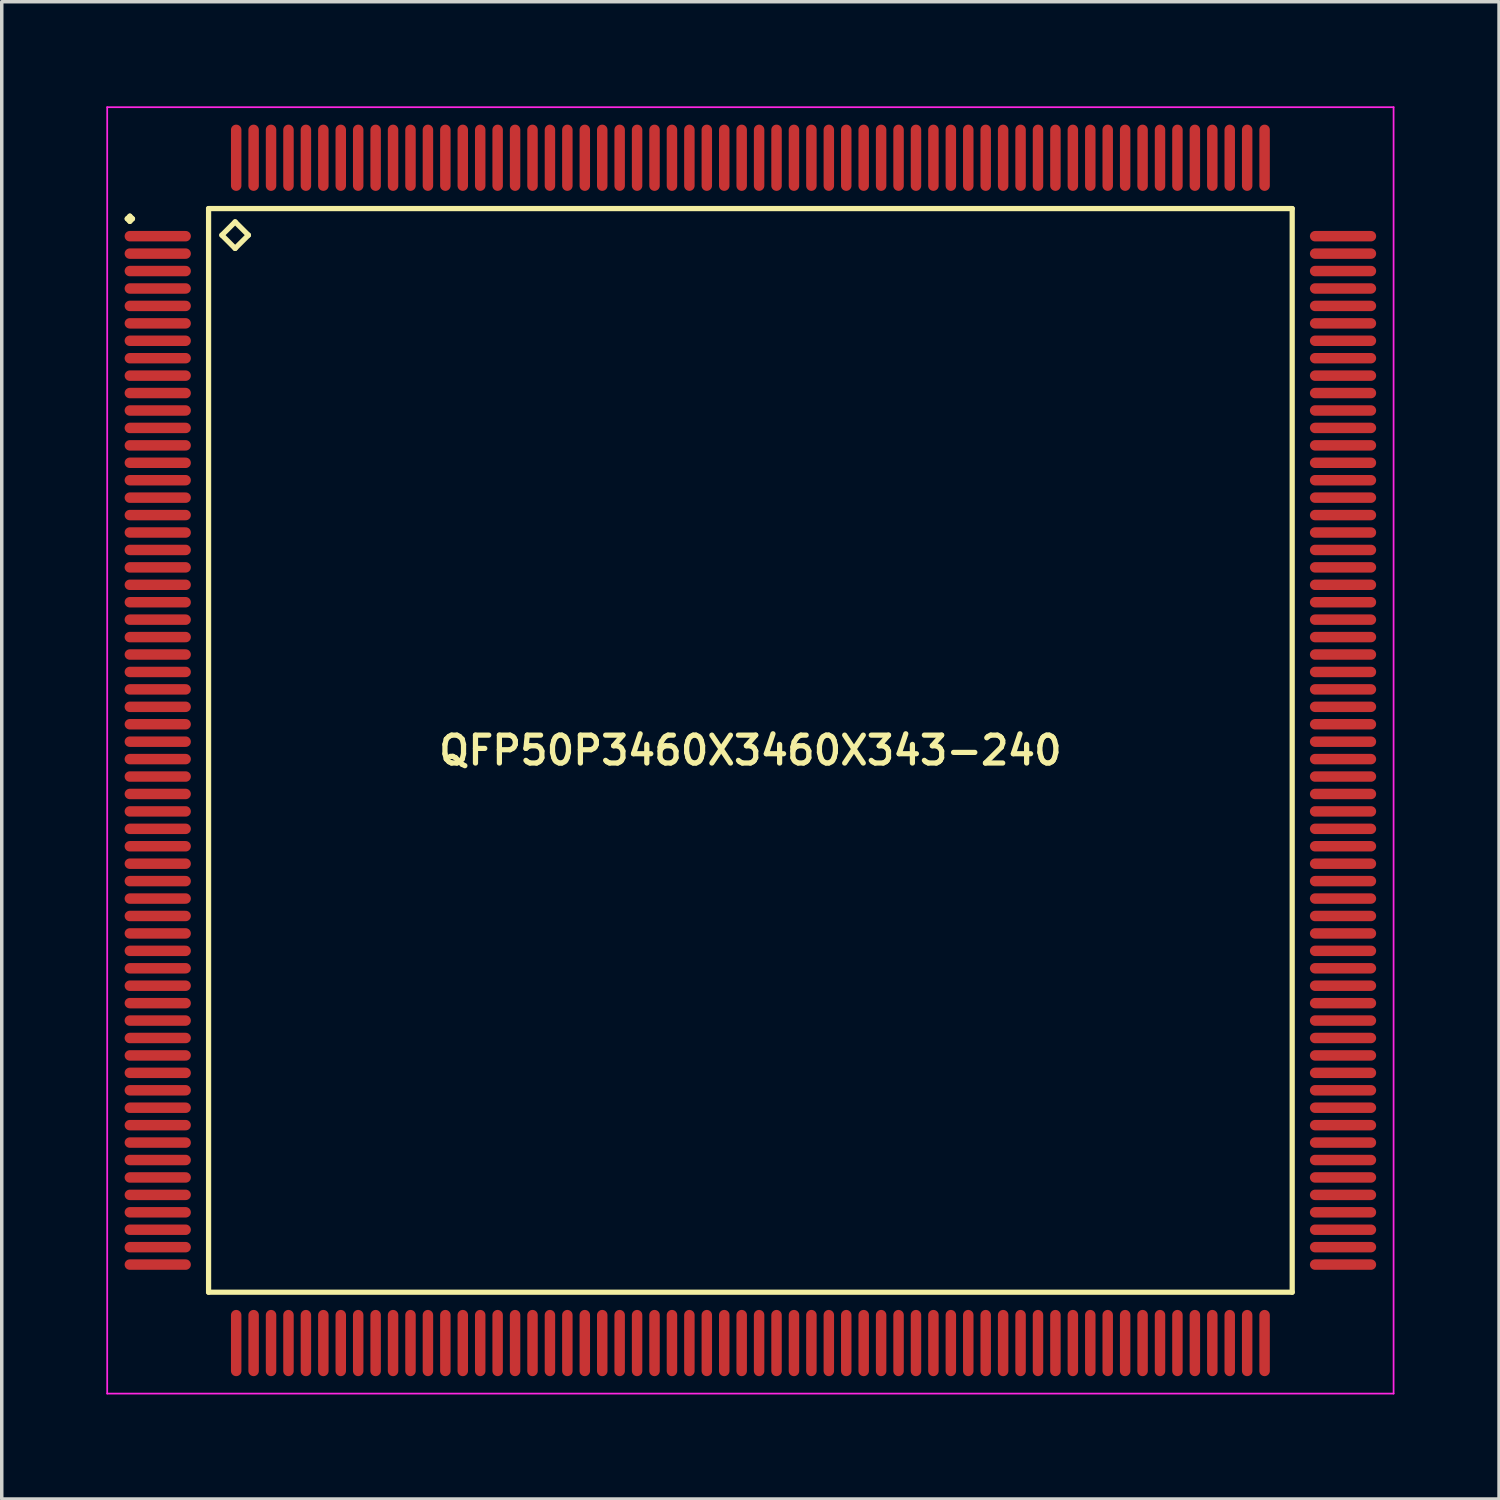
<source format=kicad_pcb>
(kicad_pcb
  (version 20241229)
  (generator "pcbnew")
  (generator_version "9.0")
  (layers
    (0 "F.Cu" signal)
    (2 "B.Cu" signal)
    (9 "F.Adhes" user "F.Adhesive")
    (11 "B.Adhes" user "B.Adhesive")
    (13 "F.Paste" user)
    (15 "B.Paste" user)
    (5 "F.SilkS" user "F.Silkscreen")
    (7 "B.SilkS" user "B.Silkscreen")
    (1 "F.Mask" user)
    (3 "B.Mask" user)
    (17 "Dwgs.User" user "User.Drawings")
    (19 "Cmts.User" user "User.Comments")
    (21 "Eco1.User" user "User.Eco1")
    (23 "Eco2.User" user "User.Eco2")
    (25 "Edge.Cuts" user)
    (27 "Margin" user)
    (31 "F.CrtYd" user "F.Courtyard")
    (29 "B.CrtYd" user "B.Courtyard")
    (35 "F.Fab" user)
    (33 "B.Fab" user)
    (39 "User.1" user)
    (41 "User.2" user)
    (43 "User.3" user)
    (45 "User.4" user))
  (footprint "QFP50P3460X3460X343-240"
    (layer "F.Cu")
    (at 18.475 18.475)
    (property "Reference" "QFP50P3460X3460X343-240" (at 0 0 0) (layer "F.SilkS") (effects (font (size 0.8 0.8) (thickness 0.15))))
    (attr smd)
    (fp_line (start -17.875 -15.25) (end -17.8 -15.325) (stroke (width 0.15) (type solid)) (layer "F.SilkS"))
    (fp_line (start -17.8 -15.325) (end -17.725 -15.25) (stroke (width 0.15) (type solid)) (layer "F.SilkS"))
    (fp_line (start -17.8 -15.175) (end -17.875 -15.25) (stroke (width 0.15) (type solid)) (layer "F.SilkS"))
    (fp_line (start -17.725 -15.25) (end -17.8 -15.175) (stroke (width 0.15) (type solid)) (layer "F.SilkS"))
    (fp_line (start -15.542 -15.542) (end -15.542 15.542) (stroke (width 0.15) (type solid)) (layer "F.SilkS"))
    (fp_line (start -15.542 15.542) (end 15.542 15.542) (stroke (width 0.15) (type solid)) (layer "F.SilkS"))
    (fp_line (start -15.161 -14.78) (end -14.78 -15.161) (stroke (width 0.15) (type solid)) (layer "F.SilkS"))
    (fp_line (start -14.78 -15.161) (end -14.399 -14.78) (stroke (width 0.15) (type solid)) (layer "F.SilkS"))
    (fp_line (start -14.78 -14.399) (end -15.161 -14.78) (stroke (width 0.15) (type solid)) (layer "F.SilkS"))
    (fp_line (start -14.399 -14.78) (end -14.78 -14.399) (stroke (width 0.15) (type solid)) (layer "F.SilkS"))
    (fp_line (start 15.542 -15.542) (end -15.542 -15.542) (stroke (width 0.15) (type solid)) (layer "F.SilkS"))
    (fp_line (start 15.542 15.542) (end 15.542 -15.542) (stroke (width 0.15) (type solid)) (layer "F.SilkS"))
    (fp_line (start -18.45 -18.45) (end 18.45 -18.45) (stroke (width 0.05) (type solid)) (layer "F.CrtYd"))
    (fp_line (start -18.45 18.45) (end -18.45 -18.45) (stroke (width 0.05) (type solid)) (layer "F.CrtYd"))
    (fp_line (start 18.45 -18.45) (end 18.45 18.45) (stroke (width 0.05) (type solid)) (layer "F.CrtYd"))
    (fp_line (start 18.45 18.45) (end -18.45 18.45) (stroke (width 0.05) (type solid)) (layer "F.CrtYd"))
    (pad "1" smd oval (at -17 -14.75) (size 1.9 0.3) (layers "F.Cu" "F.Mask" "F.Paste"))
    (pad "2" smd oval (at -17 -14.25) (size 1.9 0.3) (layers "F.Cu" "F.Mask" "F.Paste"))
    (pad "3" smd oval (at -17 -13.75) (size 1.9 0.3) (layers "F.Cu" "F.Mask" "F.Paste"))
    (pad "4" smd oval (at -17 -13.25) (size 1.9 0.3) (layers "F.Cu" "F.Mask" "F.Paste"))
    (pad "5" smd oval (at -17 -12.75) (size 1.9 0.3) (layers "F.Cu" "F.Mask" "F.Paste"))
    (pad "6" smd oval (at -17 -12.25) (size 1.9 0.3) (layers "F.Cu" "F.Mask" "F.Paste"))
    (pad "7" smd oval (at -17 -11.75) (size 1.9 0.3) (layers "F.Cu" "F.Mask" "F.Paste"))
    (pad "8" smd oval (at -17 -11.25) (size 1.9 0.3) (layers "F.Cu" "F.Mask" "F.Paste"))
    (pad "9" smd oval (at -17 -10.75) (size 1.9 0.3) (layers "F.Cu" "F.Mask" "F.Paste"))
    (pad "10" smd oval (at -17 -10.25) (size 1.9 0.3) (layers "F.Cu" "F.Mask" "F.Paste"))
    (pad "11" smd oval (at -17 -9.75) (size 1.9 0.3) (layers "F.Cu" "F.Mask" "F.Paste"))
    (pad "12" smd oval (at -17 -9.25) (size 1.9 0.3) (layers "F.Cu" "F.Mask" "F.Paste"))
    (pad "13" smd oval (at -17 -8.75) (size 1.9 0.3) (layers "F.Cu" "F.Mask" "F.Paste"))
    (pad "14" smd oval (at -17 -8.25) (size 1.9 0.3) (layers "F.Cu" "F.Mask" "F.Paste"))
    (pad "15" smd oval (at -17 -7.75) (size 1.9 0.3) (layers "F.Cu" "F.Mask" "F.Paste"))
    (pad "16" smd oval (at -17 -7.25) (size 1.9 0.3) (layers "F.Cu" "F.Mask" "F.Paste"))
    (pad "17" smd oval (at -17 -6.75) (size 1.9 0.3) (layers "F.Cu" "F.Mask" "F.Paste"))
    (pad "18" smd oval (at -17 -6.25) (size 1.9 0.3) (layers "F.Cu" "F.Mask" "F.Paste"))
    (pad "19" smd oval (at -17 -5.75) (size 1.9 0.3) (layers "F.Cu" "F.Mask" "F.Paste"))
    (pad "20" smd oval (at -17 -5.25) (size 1.9 0.3) (layers "F.Cu" "F.Mask" "F.Paste"))
    (pad "21" smd oval (at -17 -4.75) (size 1.9 0.3) (layers "F.Cu" "F.Mask" "F.Paste"))
    (pad "22" smd oval (at -17 -4.25) (size 1.9 0.3) (layers "F.Cu" "F.Mask" "F.Paste"))
    (pad "23" smd oval (at -17 -3.75) (size 1.9 0.3) (layers "F.Cu" "F.Mask" "F.Paste"))
    (pad "24" smd oval (at -17 -3.25) (size 1.9 0.3) (layers "F.Cu" "F.Mask" "F.Paste"))
    (pad "25" smd oval (at -17 -2.75) (size 1.9 0.3) (layers "F.Cu" "F.Mask" "F.Paste"))
    (pad "26" smd oval (at -17 -2.25) (size 1.9 0.3) (layers "F.Cu" "F.Mask" "F.Paste"))
    (pad "27" smd oval (at -17 -1.75) (size 1.9 0.3) (layers "F.Cu" "F.Mask" "F.Paste"))
    (pad "28" smd oval (at -17 -1.25) (size 1.9 0.3) (layers "F.Cu" "F.Mask" "F.Paste"))
    (pad "29" smd oval (at -17 -0.75) (size 1.9 0.3) (layers "F.Cu" "F.Mask" "F.Paste"))
    (pad "30" smd oval (at -17 -0.25) (size 1.9 0.3) (layers "F.Cu" "F.Mask" "F.Paste"))
    (pad "31" smd oval (at -17 0.25) (size 1.9 0.3) (layers "F.Cu" "F.Mask" "F.Paste"))
    (pad "32" smd oval (at -17 0.75) (size 1.9 0.3) (layers "F.Cu" "F.Mask" "F.Paste"))
    (pad "33" smd oval (at -17 1.25) (size 1.9 0.3) (layers "F.Cu" "F.Mask" "F.Paste"))
    (pad "34" smd oval (at -17 1.75) (size 1.9 0.3) (layers "F.Cu" "F.Mask" "F.Paste"))
    (pad "35" smd oval (at -17 2.25) (size 1.9 0.3) (layers "F.Cu" "F.Mask" "F.Paste"))
    (pad "36" smd oval (at -17 2.75) (size 1.9 0.3) (layers "F.Cu" "F.Mask" "F.Paste"))
    (pad "37" smd oval (at -17 3.25) (size 1.9 0.3) (layers "F.Cu" "F.Mask" "F.Paste"))
    (pad "38" smd oval (at -17 3.75) (size 1.9 0.3) (layers "F.Cu" "F.Mask" "F.Paste"))
    (pad "39" smd oval (at -17 4.25) (size 1.9 0.3) (layers "F.Cu" "F.Mask" "F.Paste"))
    (pad "40" smd oval (at -17 4.75) (size 1.9 0.3) (layers "F.Cu" "F.Mask" "F.Paste"))
    (pad "41" smd oval (at -17 5.25) (size 1.9 0.3) (layers "F.Cu" "F.Mask" "F.Paste"))
    (pad "42" smd oval (at -17 5.75) (size 1.9 0.3) (layers "F.Cu" "F.Mask" "F.Paste"))
    (pad "43" smd oval (at -17 6.25) (size 1.9 0.3) (layers "F.Cu" "F.Mask" "F.Paste"))
    (pad "44" smd oval (at -17 6.75) (size 1.9 0.3) (layers "F.Cu" "F.Mask" "F.Paste"))
    (pad "45" smd oval (at -17 7.25) (size 1.9 0.3) (layers "F.Cu" "F.Mask" "F.Paste"))
    (pad "46" smd oval (at -17 7.75) (size 1.9 0.3) (layers "F.Cu" "F.Mask" "F.Paste"))
    (pad "47" smd oval (at -17 8.25) (size 1.9 0.3) (layers "F.Cu" "F.Mask" "F.Paste"))
    (pad "48" smd oval (at -17 8.75) (size 1.9 0.3) (layers "F.Cu" "F.Mask" "F.Paste"))
    (pad "49" smd oval (at -17 9.25) (size 1.9 0.3) (layers "F.Cu" "F.Mask" "F.Paste"))
    (pad "50" smd oval (at -17 9.75) (size 1.9 0.3) (layers "F.Cu" "F.Mask" "F.Paste"))
    (pad "51" smd oval (at -17 10.25) (size 1.9 0.3) (layers "F.Cu" "F.Mask" "F.Paste"))
    (pad "52" smd oval (at -17 10.75) (size 1.9 0.3) (layers "F.Cu" "F.Mask" "F.Paste"))
    (pad "53" smd oval (at -17 11.25) (size 1.9 0.3) (layers "F.Cu" "F.Mask" "F.Paste"))
    (pad "54" smd oval (at -17 11.75) (size 1.9 0.3) (layers "F.Cu" "F.Mask" "F.Paste"))
    (pad "55" smd oval (at -17 12.25) (size 1.9 0.3) (layers "F.Cu" "F.Mask" "F.Paste"))
    (pad "56" smd oval (at -17 12.75) (size 1.9 0.3) (layers "F.Cu" "F.Mask" "F.Paste"))
    (pad "57" smd oval (at -17 13.25) (size 1.9 0.3) (layers "F.Cu" "F.Mask" "F.Paste"))
    (pad "58" smd oval (at -17 13.75) (size 1.9 0.3) (layers "F.Cu" "F.Mask" "F.Paste"))
    (pad "59" smd oval (at -17 14.25) (size 1.9 0.3) (layers "F.Cu" "F.Mask" "F.Paste"))
    (pad "60" smd oval (at -17 14.75) (size 1.9 0.3) (layers "F.Cu" "F.Mask" "F.Paste"))
    (pad "61" smd oval (at -14.75 17) (size 0.3 1.9) (layers "F.Cu" "F.Mask" "F.Paste"))
    (pad "62" smd oval (at -14.25 17) (size 0.3 1.9) (layers "F.Cu" "F.Mask" "F.Paste"))
    (pad "63" smd oval (at -13.75 17) (size 0.3 1.9) (layers "F.Cu" "F.Mask" "F.Paste"))
    (pad "64" smd oval (at -13.25 17) (size 0.3 1.9) (layers "F.Cu" "F.Mask" "F.Paste"))
    (pad "65" smd oval (at -12.75 17) (size 0.3 1.9) (layers "F.Cu" "F.Mask" "F.Paste"))
    (pad "66" smd oval (at -12.25 17) (size 0.3 1.9) (layers "F.Cu" "F.Mask" "F.Paste"))
    (pad "67" smd oval (at -11.75 17) (size 0.3 1.9) (layers "F.Cu" "F.Mask" "F.Paste"))
    (pad "68" smd oval (at -11.25 17) (size 0.3 1.9) (layers "F.Cu" "F.Mask" "F.Paste"))
    (pad "69" smd oval (at -10.75 17) (size 0.3 1.9) (layers "F.Cu" "F.Mask" "F.Paste"))
    (pad "70" smd oval (at -10.25 17) (size 0.3 1.9) (layers "F.Cu" "F.Mask" "F.Paste"))
    (pad "71" smd oval (at -9.75 17) (size 0.3 1.9) (layers "F.Cu" "F.Mask" "F.Paste"))
    (pad "72" smd oval (at -9.25 17) (size 0.3 1.9) (layers "F.Cu" "F.Mask" "F.Paste"))
    (pad "73" smd oval (at -8.75 17) (size 0.3 1.9) (layers "F.Cu" "F.Mask" "F.Paste"))
    (pad "74" smd oval (at -8.25 17) (size 0.3 1.9) (layers "F.Cu" "F.Mask" "F.Paste"))
    (pad "75" smd oval (at -7.75 17) (size 0.3 1.9) (layers "F.Cu" "F.Mask" "F.Paste"))
    (pad "76" smd oval (at -7.25 17) (size 0.3 1.9) (layers "F.Cu" "F.Mask" "F.Paste"))
    (pad "77" smd oval (at -6.75 17) (size 0.3 1.9) (layers "F.Cu" "F.Mask" "F.Paste"))
    (pad "78" smd oval (at -6.25 17) (size 0.3 1.9) (layers "F.Cu" "F.Mask" "F.Paste"))
    (pad "79" smd oval (at -5.75 17) (size 0.3 1.9) (layers "F.Cu" "F.Mask" "F.Paste"))
    (pad "80" smd oval (at -5.25 17) (size 0.3 1.9) (layers "F.Cu" "F.Mask" "F.Paste"))
    (pad "81" smd oval (at -4.75 17) (size 0.3 1.9) (layers "F.Cu" "F.Mask" "F.Paste"))
    (pad "82" smd oval (at -4.25 17) (size 0.3 1.9) (layers "F.Cu" "F.Mask" "F.Paste"))
    (pad "83" smd oval (at -3.75 17) (size 0.3 1.9) (layers "F.Cu" "F.Mask" "F.Paste"))
    (pad "84" smd oval (at -3.25 17) (size 0.3 1.9) (layers "F.Cu" "F.Mask" "F.Paste"))
    (pad "85" smd oval (at -2.75 17) (size 0.3 1.9) (layers "F.Cu" "F.Mask" "F.Paste"))
    (pad "86" smd oval (at -2.25 17) (size 0.3 1.9) (layers "F.Cu" "F.Mask" "F.Paste"))
    (pad "87" smd oval (at -1.75 17) (size 0.3 1.9) (layers "F.Cu" "F.Mask" "F.Paste"))
    (pad "88" smd oval (at -1.25 17) (size 0.3 1.9) (layers "F.Cu" "F.Mask" "F.Paste"))
    (pad "89" smd oval (at -0.75 17) (size 0.3 1.9) (layers "F.Cu" "F.Mask" "F.Paste"))
    (pad "90" smd oval (at -0.25 17) (size 0.3 1.9) (layers "F.Cu" "F.Mask" "F.Paste"))
    (pad "91" smd oval (at 0.25 17) (size 0.3 1.9) (layers "F.Cu" "F.Mask" "F.Paste"))
    (pad "92" smd oval (at 0.75 17) (size 0.3 1.9) (layers "F.Cu" "F.Mask" "F.Paste"))
    (pad "93" smd oval (at 1.25 17) (size 0.3 1.9) (layers "F.Cu" "F.Mask" "F.Paste"))
    (pad "94" smd oval (at 1.75 17) (size 0.3 1.9) (layers "F.Cu" "F.Mask" "F.Paste"))
    (pad "95" smd oval (at 2.25 17) (size 0.3 1.9) (layers "F.Cu" "F.Mask" "F.Paste"))
    (pad "96" smd oval (at 2.75 17) (size 0.3 1.9) (layers "F.Cu" "F.Mask" "F.Paste"))
    (pad "97" smd oval (at 3.25 17) (size 0.3 1.9) (layers "F.Cu" "F.Mask" "F.Paste"))
    (pad "98" smd oval (at 3.75 17) (size 0.3 1.9) (layers "F.Cu" "F.Mask" "F.Paste"))
    (pad "99" smd oval (at 4.25 17) (size 0.3 1.9) (layers "F.Cu" "F.Mask" "F.Paste"))
    (pad "100" smd oval (at 4.75 17) (size 0.3 1.9) (layers "F.Cu" "F.Mask" "F.Paste"))
    (pad "101" smd oval (at 5.25 17) (size 0.3 1.9) (layers "F.Cu" "F.Mask" "F.Paste"))
    (pad "102" smd oval (at 5.75 17) (size 0.3 1.9) (layers "F.Cu" "F.Mask" "F.Paste"))
    (pad "103" smd oval (at 6.25 17) (size 0.3 1.9) (layers "F.Cu" "F.Mask" "F.Paste"))
    (pad "104" smd oval (at 6.75 17) (size 0.3 1.9) (layers "F.Cu" "F.Mask" "F.Paste"))
    (pad "105" smd oval (at 7.25 17) (size 0.3 1.9) (layers "F.Cu" "F.Mask" "F.Paste"))
    (pad "106" smd oval (at 7.75 17) (size 0.3 1.9) (layers "F.Cu" "F.Mask" "F.Paste"))
    (pad "107" smd oval (at 8.25 17) (size 0.3 1.9) (layers "F.Cu" "F.Mask" "F.Paste"))
    (pad "108" smd oval (at 8.75 17) (size 0.3 1.9) (layers "F.Cu" "F.Mask" "F.Paste"))
    (pad "109" smd oval (at 9.25 17) (size 0.3 1.9) (layers "F.Cu" "F.Mask" "F.Paste"))
    (pad "110" smd oval (at 9.75 17) (size 0.3 1.9) (layers "F.Cu" "F.Mask" "F.Paste"))
    (pad "111" smd oval (at 10.25 17) (size 0.3 1.9) (layers "F.Cu" "F.Mask" "F.Paste"))
    (pad "112" smd oval (at 10.75 17) (size 0.3 1.9) (layers "F.Cu" "F.Mask" "F.Paste"))
    (pad "113" smd oval (at 11.25 17) (size 0.3 1.9) (layers "F.Cu" "F.Mask" "F.Paste"))
    (pad "114" smd oval (at 11.75 17) (size 0.3 1.9) (layers "F.Cu" "F.Mask" "F.Paste"))
    (pad "115" smd oval (at 12.25 17) (size 0.3 1.9) (layers "F.Cu" "F.Mask" "F.Paste"))
    (pad "116" smd oval (at 12.75 17) (size 0.3 1.9) (layers "F.Cu" "F.Mask" "F.Paste"))
    (pad "117" smd oval (at 13.25 17) (size 0.3 1.9) (layers "F.Cu" "F.Mask" "F.Paste"))
    (pad "118" smd oval (at 13.75 17) (size 0.3 1.9) (layers "F.Cu" "F.Mask" "F.Paste"))
    (pad "119" smd oval (at 14.25 17) (size 0.3 1.9) (layers "F.Cu" "F.Mask" "F.Paste"))
    (pad "120" smd oval (at 14.75 17) (size 0.3 1.9) (layers "F.Cu" "F.Mask" "F.Paste"))
    (pad "121" smd oval (at 17 14.75) (size 1.9 0.3) (layers "F.Cu" "F.Mask" "F.Paste"))
    (pad "122" smd oval (at 17 14.25) (size 1.9 0.3) (layers "F.Cu" "F.Mask" "F.Paste"))
    (pad "123" smd oval (at 17 13.75) (size 1.9 0.3) (layers "F.Cu" "F.Mask" "F.Paste"))
    (pad "124" smd oval (at 17 13.25) (size 1.9 0.3) (layers "F.Cu" "F.Mask" "F.Paste"))
    (pad "125" smd oval (at 17 12.75) (size 1.9 0.3) (layers "F.Cu" "F.Mask" "F.Paste"))
    (pad "126" smd oval (at 17 12.25) (size 1.9 0.3) (layers "F.Cu" "F.Mask" "F.Paste"))
    (pad "127" smd oval (at 17 11.75) (size 1.9 0.3) (layers "F.Cu" "F.Mask" "F.Paste"))
    (pad "128" smd oval (at 17 11.25) (size 1.9 0.3) (layers "F.Cu" "F.Mask" "F.Paste"))
    (pad "129" smd oval (at 17 10.75) (size 1.9 0.3) (layers "F.Cu" "F.Mask" "F.Paste"))
    (pad "130" smd oval (at 17 10.25) (size 1.9 0.3) (layers "F.Cu" "F.Mask" "F.Paste"))
    (pad "131" smd oval (at 17 9.75) (size 1.9 0.3) (layers "F.Cu" "F.Mask" "F.Paste"))
    (pad "132" smd oval (at 17 9.25) (size 1.9 0.3) (layers "F.Cu" "F.Mask" "F.Paste"))
    (pad "133" smd oval (at 17 8.75) (size 1.9 0.3) (layers "F.Cu" "F.Mask" "F.Paste"))
    (pad "134" smd oval (at 17 8.25) (size 1.9 0.3) (layers "F.Cu" "F.Mask" "F.Paste"))
    (pad "135" smd oval (at 17 7.75) (size 1.9 0.3) (layers "F.Cu" "F.Mask" "F.Paste"))
    (pad "136" smd oval (at 17 7.25) (size 1.9 0.3) (layers "F.Cu" "F.Mask" "F.Paste"))
    (pad "137" smd oval (at 17 6.75) (size 1.9 0.3) (layers "F.Cu" "F.Mask" "F.Paste"))
    (pad "138" smd oval (at 17 6.25) (size 1.9 0.3) (layers "F.Cu" "F.Mask" "F.Paste"))
    (pad "139" smd oval (at 17 5.75) (size 1.9 0.3) (layers "F.Cu" "F.Mask" "F.Paste"))
    (pad "140" smd oval (at 17 5.25) (size 1.9 0.3) (layers "F.Cu" "F.Mask" "F.Paste"))
    (pad "141" smd oval (at 17 4.75) (size 1.9 0.3) (layers "F.Cu" "F.Mask" "F.Paste"))
    (pad "142" smd oval (at 17 4.25) (size 1.9 0.3) (layers "F.Cu" "F.Mask" "F.Paste"))
    (pad "143" smd oval (at 17 3.75) (size 1.9 0.3) (layers "F.Cu" "F.Mask" "F.Paste"))
    (pad "144" smd oval (at 17 3.25) (size 1.9 0.3) (layers "F.Cu" "F.Mask" "F.Paste"))
    (pad "145" smd oval (at 17 2.75) (size 1.9 0.3) (layers "F.Cu" "F.Mask" "F.Paste"))
    (pad "146" smd oval (at 17 2.25) (size 1.9 0.3) (layers "F.Cu" "F.Mask" "F.Paste"))
    (pad "147" smd oval (at 17 1.75) (size 1.9 0.3) (layers "F.Cu" "F.Mask" "F.Paste"))
    (pad "148" smd oval (at 17 1.25) (size 1.9 0.3) (layers "F.Cu" "F.Mask" "F.Paste"))
    (pad "149" smd oval (at 17 0.75) (size 1.9 0.3) (layers "F.Cu" "F.Mask" "F.Paste"))
    (pad "150" smd oval (at 17 0.25) (size 1.9 0.3) (layers "F.Cu" "F.Mask" "F.Paste"))
    (pad "151" smd oval (at 17 -0.25) (size 1.9 0.3) (layers "F.Cu" "F.Mask" "F.Paste"))
    (pad "152" smd oval (at 17 -0.75) (size 1.9 0.3) (layers "F.Cu" "F.Mask" "F.Paste"))
    (pad "153" smd oval (at 17 -1.25) (size 1.9 0.3) (layers "F.Cu" "F.Mask" "F.Paste"))
    (pad "154" smd oval (at 17 -1.75) (size 1.9 0.3) (layers "F.Cu" "F.Mask" "F.Paste"))
    (pad "155" smd oval (at 17 -2.25) (size 1.9 0.3) (layers "F.Cu" "F.Mask" "F.Paste"))
    (pad "156" smd oval (at 17 -2.75) (size 1.9 0.3) (layers "F.Cu" "F.Mask" "F.Paste"))
    (pad "157" smd oval (at 17 -3.25) (size 1.9 0.3) (layers "F.Cu" "F.Mask" "F.Paste"))
    (pad "158" smd oval (at 17 -3.75) (size 1.9 0.3) (layers "F.Cu" "F.Mask" "F.Paste"))
    (pad "159" smd oval (at 17 -4.25) (size 1.9 0.3) (layers "F.Cu" "F.Mask" "F.Paste"))
    (pad "160" smd oval (at 17 -4.75) (size 1.9 0.3) (layers "F.Cu" "F.Mask" "F.Paste"))
    (pad "161" smd oval (at 17 -5.25) (size 1.9 0.3) (layers "F.Cu" "F.Mask" "F.Paste"))
    (pad "162" smd oval (at 17 -5.75) (size 1.9 0.3) (layers "F.Cu" "F.Mask" "F.Paste"))
    (pad "163" smd oval (at 17 -6.25) (size 1.9 0.3) (layers "F.Cu" "F.Mask" "F.Paste"))
    (pad "164" smd oval (at 17 -6.75) (size 1.9 0.3) (layers "F.Cu" "F.Mask" "F.Paste"))
    (pad "165" smd oval (at 17 -7.25) (size 1.9 0.3) (layers "F.Cu" "F.Mask" "F.Paste"))
    (pad "166" smd oval (at 17 -7.75) (size 1.9 0.3) (layers "F.Cu" "F.Mask" "F.Paste"))
    (pad "167" smd oval (at 17 -8.25) (size 1.9 0.3) (layers "F.Cu" "F.Mask" "F.Paste"))
    (pad "168" smd oval (at 17 -8.75) (size 1.9 0.3) (layers "F.Cu" "F.Mask" "F.Paste"))
    (pad "169" smd oval (at 17 -9.25) (size 1.9 0.3) (layers "F.Cu" "F.Mask" "F.Paste"))
    (pad "170" smd oval (at 17 -9.75) (size 1.9 0.3) (layers "F.Cu" "F.Mask" "F.Paste"))
    (pad "171" smd oval (at 17 -10.25) (size 1.9 0.3) (layers "F.Cu" "F.Mask" "F.Paste"))
    (pad "172" smd oval (at 17 -10.75) (size 1.9 0.3) (layers "F.Cu" "F.Mask" "F.Paste"))
    (pad "173" smd oval (at 17 -11.25) (size 1.9 0.3) (layers "F.Cu" "F.Mask" "F.Paste"))
    (pad "174" smd oval (at 17 -11.75) (size 1.9 0.3) (layers "F.Cu" "F.Mask" "F.Paste"))
    (pad "175" smd oval (at 17 -12.25) (size 1.9 0.3) (layers "F.Cu" "F.Mask" "F.Paste"))
    (pad "176" smd oval (at 17 -12.75) (size 1.9 0.3) (layers "F.Cu" "F.Mask" "F.Paste"))
    (pad "177" smd oval (at 17 -13.25) (size 1.9 0.3) (layers "F.Cu" "F.Mask" "F.Paste"))
    (pad "178" smd oval (at 17 -13.75) (size 1.9 0.3) (layers "F.Cu" "F.Mask" "F.Paste"))
    (pad "179" smd oval (at 17 -14.25) (size 1.9 0.3) (layers "F.Cu" "F.Mask" "F.Paste"))
    (pad "180" smd oval (at 17 -14.75) (size 1.9 0.3) (layers "F.Cu" "F.Mask" "F.Paste"))
    (pad "181" smd oval (at 14.75 -17) (size 0.3 1.9) (layers "F.Cu" "F.Mask" "F.Paste"))
    (pad "182" smd oval (at 14.25 -17) (size 0.3 1.9) (layers "F.Cu" "F.Mask" "F.Paste"))
    (pad "183" smd oval (at 13.75 -17) (size 0.3 1.9) (layers "F.Cu" "F.Mask" "F.Paste"))
    (pad "184" smd oval (at 13.25 -17) (size 0.3 1.9) (layers "F.Cu" "F.Mask" "F.Paste"))
    (pad "185" smd oval (at 12.75 -17) (size 0.3 1.9) (layers "F.Cu" "F.Mask" "F.Paste"))
    (pad "186" smd oval (at 12.25 -17) (size 0.3 1.9) (layers "F.Cu" "F.Mask" "F.Paste"))
    (pad "187" smd oval (at 11.75 -17) (size 0.3 1.9) (layers "F.Cu" "F.Mask" "F.Paste"))
    (pad "188" smd oval (at 11.25 -17) (size 0.3 1.9) (layers "F.Cu" "F.Mask" "F.Paste"))
    (pad "189" smd oval (at 10.75 -17) (size 0.3 1.9) (layers "F.Cu" "F.Mask" "F.Paste"))
    (pad "190" smd oval (at 10.25 -17) (size 0.3 1.9) (layers "F.Cu" "F.Mask" "F.Paste"))
    (pad "191" smd oval (at 9.75 -17) (size 0.3 1.9) (layers "F.Cu" "F.Mask" "F.Paste"))
    (pad "192" smd oval (at 9.25 -17) (size 0.3 1.9) (layers "F.Cu" "F.Mask" "F.Paste"))
    (pad "193" smd oval (at 8.75 -17) (size 0.3 1.9) (layers "F.Cu" "F.Mask" "F.Paste"))
    (pad "194" smd oval (at 8.25 -17) (size 0.3 1.9) (layers "F.Cu" "F.Mask" "F.Paste"))
    (pad "195" smd oval (at 7.75 -17) (size 0.3 1.9) (layers "F.Cu" "F.Mask" "F.Paste"))
    (pad "196" smd oval (at 7.25 -17) (size 0.3 1.9) (layers "F.Cu" "F.Mask" "F.Paste"))
    (pad "197" smd oval (at 6.75 -17) (size 0.3 1.9) (layers "F.Cu" "F.Mask" "F.Paste"))
    (pad "198" smd oval (at 6.25 -17) (size 0.3 1.9) (layers "F.Cu" "F.Mask" "F.Paste"))
    (pad "199" smd oval (at 5.75 -17) (size 0.3 1.9) (layers "F.Cu" "F.Mask" "F.Paste"))
    (pad "200" smd oval (at 5.25 -17) (size 0.3 1.9) (layers "F.Cu" "F.Mask" "F.Paste"))
    (pad "201" smd oval (at 4.75 -17) (size 0.3 1.9) (layers "F.Cu" "F.Mask" "F.Paste"))
    (pad "202" smd oval (at 4.25 -17) (size 0.3 1.9) (layers "F.Cu" "F.Mask" "F.Paste"))
    (pad "203" smd oval (at 3.75 -17) (size 0.3 1.9) (layers "F.Cu" "F.Mask" "F.Paste"))
    (pad "204" smd oval (at 3.25 -17) (size 0.3 1.9) (layers "F.Cu" "F.Mask" "F.Paste"))
    (pad "205" smd oval (at 2.75 -17) (size 0.3 1.9) (layers "F.Cu" "F.Mask" "F.Paste"))
    (pad "206" smd oval (at 2.25 -17) (size 0.3 1.9) (layers "F.Cu" "F.Mask" "F.Paste"))
    (pad "207" smd oval (at 1.75 -17) (size 0.3 1.9) (layers "F.Cu" "F.Mask" "F.Paste"))
    (pad "208" smd oval (at 1.25 -17) (size 0.3 1.9) (layers "F.Cu" "F.Mask" "F.Paste"))
    (pad "209" smd oval (at 0.75 -17) (size 0.3 1.9) (layers "F.Cu" "F.Mask" "F.Paste"))
    (pad "210" smd oval (at 0.25 -17) (size 0.3 1.9) (layers "F.Cu" "F.Mask" "F.Paste"))
    (pad "211" smd oval (at -0.25 -17) (size 0.3 1.9) (layers "F.Cu" "F.Mask" "F.Paste"))
    (pad "212" smd oval (at -0.75 -17) (size 0.3 1.9) (layers "F.Cu" "F.Mask" "F.Paste"))
    (pad "213" smd oval (at -1.25 -17) (size 0.3 1.9) (layers "F.Cu" "F.Mask" "F.Paste"))
    (pad "214" smd oval (at -1.75 -17) (size 0.3 1.9) (layers "F.Cu" "F.Mask" "F.Paste"))
    (pad "215" smd oval (at -2.25 -17) (size 0.3 1.9) (layers "F.Cu" "F.Mask" "F.Paste"))
    (pad "216" smd oval (at -2.75 -17) (size 0.3 1.9) (layers "F.Cu" "F.Mask" "F.Paste"))
    (pad "217" smd oval (at -3.25 -17) (size 0.3 1.9) (layers "F.Cu" "F.Mask" "F.Paste"))
    (pad "218" smd oval (at -3.75 -17) (size 0.3 1.9) (layers "F.Cu" "F.Mask" "F.Paste"))
    (pad "219" smd oval (at -4.25 -17) (size 0.3 1.9) (layers "F.Cu" "F.Mask" "F.Paste"))
    (pad "220" smd oval (at -4.75 -17) (size 0.3 1.9) (layers "F.Cu" "F.Mask" "F.Paste"))
    (pad "221" smd oval (at -5.25 -17) (size 0.3 1.9) (layers "F.Cu" "F.Mask" "F.Paste"))
    (pad "222" smd oval (at -5.75 -17) (size 0.3 1.9) (layers "F.Cu" "F.Mask" "F.Paste"))
    (pad "223" smd oval (at -6.25 -17) (size 0.3 1.9) (layers "F.Cu" "F.Mask" "F.Paste"))
    (pad "224" smd oval (at -6.75 -17) (size 0.3 1.9) (layers "F.Cu" "F.Mask" "F.Paste"))
    (pad "225" smd oval (at -7.25 -17) (size 0.3 1.9) (layers "F.Cu" "F.Mask" "F.Paste"))
    (pad "226" smd oval (at -7.75 -17) (size 0.3 1.9) (layers "F.Cu" "F.Mask" "F.Paste"))
    (pad "227" smd oval (at -8.25 -17) (size 0.3 1.9) (layers "F.Cu" "F.Mask" "F.Paste"))
    (pad "228" smd oval (at -8.75 -17) (size 0.3 1.9) (layers "F.Cu" "F.Mask" "F.Paste"))
    (pad "229" smd oval (at -9.25 -17) (size 0.3 1.9) (layers "F.Cu" "F.Mask" "F.Paste"))
    (pad "230" smd oval (at -9.75 -17) (size 0.3 1.9) (layers "F.Cu" "F.Mask" "F.Paste"))
    (pad "231" smd oval (at -10.25 -17) (size 0.3 1.9) (layers "F.Cu" "F.Mask" "F.Paste"))
    (pad "232" smd oval (at -10.75 -17) (size 0.3 1.9) (layers "F.Cu" "F.Mask" "F.Paste"))
    (pad "233" smd oval (at -11.25 -17) (size 0.3 1.9) (layers "F.Cu" "F.Mask" "F.Paste"))
    (pad "234" smd oval (at -11.75 -17) (size 0.3 1.9) (layers "F.Cu" "F.Mask" "F.Paste"))
    (pad "235" smd oval (at -12.25 -17) (size 0.3 1.9) (layers "F.Cu" "F.Mask" "F.Paste"))
    (pad "236" smd oval (at -12.75 -17) (size 0.3 1.9) (layers "F.Cu" "F.Mask" "F.Paste"))
    (pad "237" smd oval (at -13.25 -17) (size 0.3 1.9) (layers "F.Cu" "F.Mask" "F.Paste"))
    (pad "238" smd oval (at -13.75 -17) (size 0.3 1.9) (layers "F.Cu" "F.Mask" "F.Paste"))
    (pad "239" smd oval (at -14.25 -17) (size 0.3 1.9) (layers "F.Cu" "F.Mask" "F.Paste"))
    (pad "240" smd oval (at -14.75 -17) (size 0.3 1.9) (layers "F.Cu" "F.Mask" "F.Paste")))
  (gr_rect
    (start -3 -3)
    (end 39.95 39.95)
    (stroke (width 0.1) (type default))
    (fill no)
    (layer "Edge.Cuts")))
</source>
